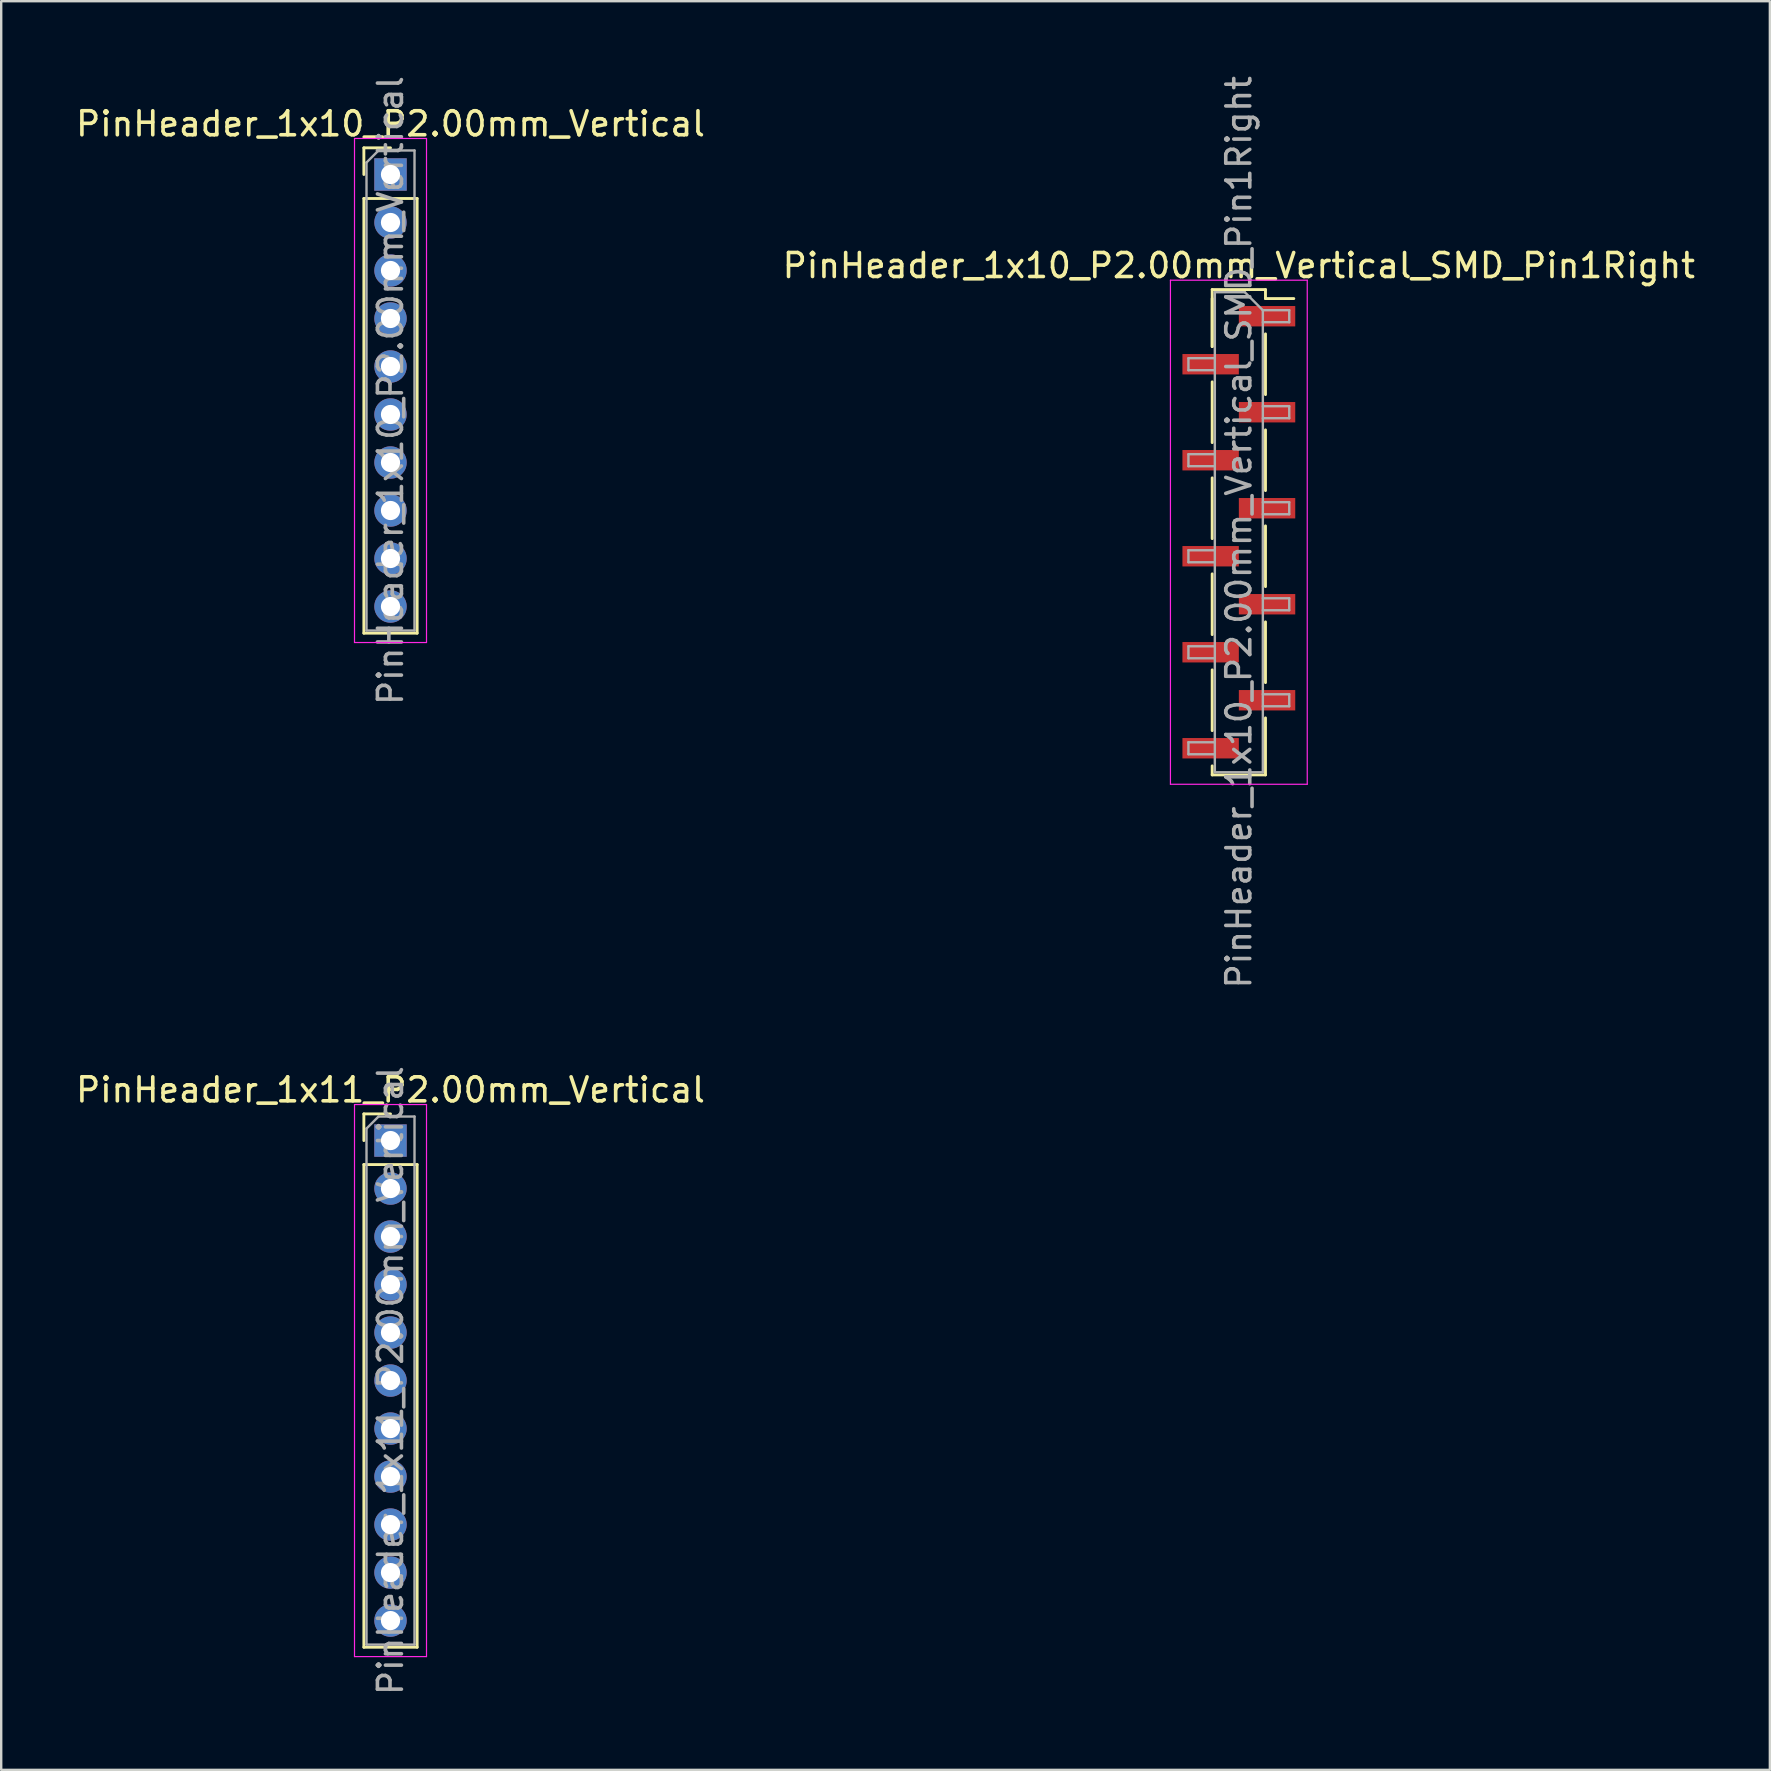
<source format=kicad_pcb>
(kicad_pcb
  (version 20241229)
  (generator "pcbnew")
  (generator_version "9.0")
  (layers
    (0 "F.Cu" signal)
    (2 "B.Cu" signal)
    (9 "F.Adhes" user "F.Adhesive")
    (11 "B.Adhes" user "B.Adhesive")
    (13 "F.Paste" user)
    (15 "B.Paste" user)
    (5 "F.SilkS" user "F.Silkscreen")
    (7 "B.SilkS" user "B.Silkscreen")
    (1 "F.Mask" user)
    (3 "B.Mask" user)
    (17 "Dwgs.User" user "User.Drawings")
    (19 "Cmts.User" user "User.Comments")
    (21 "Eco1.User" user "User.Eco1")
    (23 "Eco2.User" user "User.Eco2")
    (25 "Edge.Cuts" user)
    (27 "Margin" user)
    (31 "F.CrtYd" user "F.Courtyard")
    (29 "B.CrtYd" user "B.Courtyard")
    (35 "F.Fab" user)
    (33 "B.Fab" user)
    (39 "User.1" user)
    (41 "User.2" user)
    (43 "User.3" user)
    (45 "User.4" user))
  (footprint "PinHeader_1x11_P2.00mm_Vertical"
    (layer "F.Cu")
    (at 13.22 44.47)
    (property "Reference" "PinHeader_1x11_P2.00mm_Vertical" (at 0 -2.11 0) (layer "F.SilkS") (effects (font (size 1 1) (thickness 0.15))))
    (attr through_hole)
    (fp_line (start -1.11 -1.11) (end 0 -1.11) (stroke (width 0.12) (type solid)) (layer "F.SilkS"))
    (fp_line (start -1.11 0) (end -1.11 -1.11) (stroke (width 0.12) (type solid)) (layer "F.SilkS"))
    (fp_line (start -1.11 1) (end -1.11 21.11) (stroke (width 0.12) (type solid)) (layer "F.SilkS"))
    (fp_line (start -1.11 1) (end 1.11 1) (stroke (width 0.12) (type solid)) (layer "F.SilkS"))
    (fp_line (start -1.11 21.11) (end 1.11 21.11) (stroke (width 0.12) (type solid)) (layer "F.SilkS"))
    (fp_line (start 1.11 1) (end 1.11 21.11) (stroke (width 0.12) (type solid)) (layer "F.SilkS"))
    (fp_line (start -1.5 -1.5) (end -1.5 21.5) (stroke (width 0.05) (type solid)) (layer "F.CrtYd"))
    (fp_line (start -1.5 21.5) (end 1.5 21.5) (stroke (width 0.05) (type solid)) (layer "F.CrtYd"))
    (fp_line (start 1.5 -1.5) (end -1.5 -1.5) (stroke (width 0.05) (type solid)) (layer "F.CrtYd"))
    (fp_line (start 1.5 21.5) (end 1.5 -1.5) (stroke (width 0.05) (type solid)) (layer "F.CrtYd"))
    (fp_line (start -1 -0.5) (end -0.5 -1) (stroke (width 0.1) (type solid)) (layer "F.Fab"))
    (fp_line (start -1 21) (end -1 -0.5) (stroke (width 0.1) (type solid)) (layer "F.Fab"))
    (fp_line (start -0.5 -1) (end 1 -1) (stroke (width 0.1) (type solid)) (layer "F.Fab"))
    (fp_line (start 1 -1) (end 1 21) (stroke (width 0.1) (type solid)) (layer "F.Fab"))
    (fp_line (start 1 21) (end -1 21) (stroke (width 0.1) (type solid)) (layer "F.Fab"))
    (fp_text user "${REFERENCE}" (at 0 10 90) (layer "F.Fab") (effects (font (size 1 1) (thickness 0.15))))
    (pad "1" thru_hole rect (at 0 0) (size 1.35 1.35) (drill 0.8) (layers "*.Cu" "*.Mask"))
    (pad "2" thru_hole circle (at 0 2) (size 1.35 1.35) (drill 0.8) (layers "*.Cu" "*.Mask"))
    (pad "3" thru_hole circle (at 0 4) (size 1.35 1.35) (drill 0.8) (layers "*.Cu" "*.Mask"))
    (pad "4" thru_hole circle (at 0 6) (size 1.35 1.35) (drill 0.8) (layers "*.Cu" "*.Mask"))
    (pad "5" thru_hole circle (at 0 8) (size 1.35 1.35) (drill 0.8) (layers "*.Cu" "*.Mask"))
    (pad "6" thru_hole circle (at 0 10) (size 1.35 1.35) (drill 0.8) (layers "*.Cu" "*.Mask"))
    (pad "7" thru_hole circle (at 0 12) (size 1.35 1.35) (drill 0.8) (layers "*.Cu" "*.Mask"))
    (pad "8" thru_hole circle (at 0 14) (size 1.35 1.35) (drill 0.8) (layers "*.Cu" "*.Mask"))
    (pad "9" thru_hole circle (at 0 16) (size 1.35 1.35) (drill 0.8) (layers "*.Cu" "*.Mask"))
    (pad "10" thru_hole circle (at 0 18) (size 1.35 1.35) (drill 0.8) (layers "*.Cu" "*.Mask"))
    (pad "11" thru_hole circle (at 0 20) (size 1.35 1.35) (drill 0.8) (layers "*.Cu" "*.Mask")))
  (footprint "PinHeader_1x10_P2.00mm_Vertical_SMD_Pin1Right"
    (layer "F.Cu")
    (at 48.565 19.125)
    (property "Reference" "PinHeader_1x10_P2.00mm_Vertical_SMD_Pin1Right" (at 0 -11.11 0) (layer "F.SilkS") (effects (font (size 1 1) (thickness 0.15))))
    (attr smd)
    (fp_line (start -1.11 -10.11) (end -1.11 -7.735) (stroke (width 0.12) (type solid)) (layer "F.SilkS"))
    (fp_line (start -1.11 -10.11) (end 1.11 -10.11) (stroke (width 0.12) (type solid)) (layer "F.SilkS"))
    (fp_line (start -1.11 -9.735) (end -1.11 -7.735) (stroke (width 0.12) (type solid)) (layer "F.SilkS"))
    (fp_line (start -1.11 -6.265) (end -1.11 -3.735) (stroke (width 0.12) (type solid)) (layer "F.SilkS"))
    (fp_line (start -1.11 -2.265) (end -1.11 0.265) (stroke (width 0.12) (type solid)) (layer "F.SilkS"))
    (fp_line (start -1.11 1.735) (end -1.11 4.265) (stroke (width 0.12) (type solid)) (layer "F.SilkS"))
    (fp_line (start -1.11 5.735) (end -1.11 8.265) (stroke (width 0.12) (type solid)) (layer "F.SilkS"))
    (fp_line (start -1.11 9.735) (end -1.11 10.11) (stroke (width 0.12) (type solid)) (layer "F.SilkS"))
    (fp_line (start -1.11 10.11) (end 1.11 10.11) (stroke (width 0.12) (type solid)) (layer "F.SilkS"))
    (fp_line (start 1.11 -10.11) (end 1.11 -9.735) (stroke (width 0.12) (type solid)) (layer "F.SilkS"))
    (fp_line (start 1.11 -9.735) (end 2.29 -9.735) (stroke (width 0.12) (type solid)) (layer "F.SilkS"))
    (fp_line (start 1.11 -8.265) (end 1.11 -5.735) (stroke (width 0.12) (type solid)) (layer "F.SilkS"))
    (fp_line (start 1.11 -4.265) (end 1.11 -1.735) (stroke (width 0.12) (type solid)) (layer "F.SilkS"))
    (fp_line (start 1.11 -0.265) (end 1.11 2.265) (stroke (width 0.12) (type solid)) (layer "F.SilkS"))
    (fp_line (start 1.11 3.735) (end 1.11 6.265) (stroke (width 0.12) (type solid)) (layer "F.SilkS"))
    (fp_line (start 1.11 7.735) (end 1.11 10.11) (stroke (width 0.12) (type solid)) (layer "F.SilkS"))
    (fp_line (start -2.85 -10.5) (end -2.85 10.5) (stroke (width 0.05) (type solid)) (layer "F.CrtYd"))
    (fp_line (start -2.85 10.5) (end 2.85 10.5) (stroke (width 0.05) (type solid)) (layer "F.CrtYd"))
    (fp_line (start 2.85 -10.5) (end -2.85 -10.5) (stroke (width 0.05) (type solid)) (layer "F.CrtYd"))
    (fp_line (start 2.85 10.5) (end 2.85 -10.5) (stroke (width 0.05) (type solid)) (layer "F.CrtYd"))
    (fp_line (start -2.1 -7.25) (end -2.1 -6.75) (stroke (width 0.1) (type solid)) (layer "F.Fab"))
    (fp_line (start -2.1 -6.75) (end -1 -6.75) (stroke (width 0.1) (type solid)) (layer "F.Fab"))
    (fp_line (start -2.1 -3.25) (end -2.1 -2.75) (stroke (width 0.1) (type solid)) (layer "F.Fab"))
    (fp_line (start -2.1 -2.75) (end -1 -2.75) (stroke (width 0.1) (type solid)) (layer "F.Fab"))
    (fp_line (start -2.1 0.75) (end -2.1 1.25) (stroke (width 0.1) (type solid)) (layer "F.Fab"))
    (fp_line (start -2.1 1.25) (end -1 1.25) (stroke (width 0.1) (type solid)) (layer "F.Fab"))
    (fp_line (start -2.1 4.75) (end -2.1 5.25) (stroke (width 0.1) (type solid)) (layer "F.Fab"))
    (fp_line (start -2.1 5.25) (end -1 5.25) (stroke (width 0.1) (type solid)) (layer "F.Fab"))
    (fp_line (start -2.1 8.75) (end -2.1 9.25) (stroke (width 0.1) (type solid)) (layer "F.Fab"))
    (fp_line (start -2.1 9.25) (end -1 9.25) (stroke (width 0.1) (type solid)) (layer "F.Fab"))
    (fp_line (start -1 -10) (end -1 10) (stroke (width 0.1) (type solid)) (layer "F.Fab"))
    (fp_line (start -1 -10) (end 0.25 -10) (stroke (width 0.1) (type solid)) (layer "F.Fab"))
    (fp_line (start -1 -7.25) (end -2.1 -7.25) (stroke (width 0.1) (type solid)) (layer "F.Fab"))
    (fp_line (start -1 -3.25) (end -2.1 -3.25) (stroke (width 0.1) (type solid)) (layer "F.Fab"))
    (fp_line (start -1 0.75) (end -2.1 0.75) (stroke (width 0.1) (type solid)) (layer "F.Fab"))
    (fp_line (start -1 4.75) (end -2.1 4.75) (stroke (width 0.1) (type solid)) (layer "F.Fab"))
    (fp_line (start -1 8.75) (end -2.1 8.75) (stroke (width 0.1) (type solid)) (layer "F.Fab"))
    (fp_line (start 1 -9.25) (end 0.25 -10) (stroke (width 0.1) (type solid)) (layer "F.Fab"))
    (fp_line (start 1 -9.25) (end 2.1 -9.25) (stroke (width 0.1) (type solid)) (layer "F.Fab"))
    (fp_line (start 1 -5.25) (end 2.1 -5.25) (stroke (width 0.1) (type solid)) (layer "F.Fab"))
    (fp_line (start 1 -1.25) (end 2.1 -1.25) (stroke (width 0.1) (type solid)) (layer "F.Fab"))
    (fp_line (start 1 2.75) (end 2.1 2.75) (stroke (width 0.1) (type solid)) (layer "F.Fab"))
    (fp_line (start 1 6.75) (end 2.1 6.75) (stroke (width 0.1) (type solid)) (layer "F.Fab"))
    (fp_line (start 1 10) (end -1 10) (stroke (width 0.1) (type solid)) (layer "F.Fab"))
    (fp_line (start 1 10) (end 1 -9.25) (stroke (width 0.1) (type solid)) (layer "F.Fab"))
    (fp_line (start 2.1 -9.25) (end 2.1 -8.75) (stroke (width 0.1) (type solid)) (layer "F.Fab"))
    (fp_line (start 2.1 -8.75) (end 1 -8.75) (stroke (width 0.1) (type solid)) (layer "F.Fab"))
    (fp_line (start 2.1 -5.25) (end 2.1 -4.75) (stroke (width 0.1) (type solid)) (layer "F.Fab"))
    (fp_line (start 2.1 -4.75) (end 1 -4.75) (stroke (width 0.1) (type solid)) (layer "F.Fab"))
    (fp_line (start 2.1 -1.25) (end 2.1 -0.75) (stroke (width 0.1) (type solid)) (layer "F.Fab"))
    (fp_line (start 2.1 -0.75) (end 1 -0.75) (stroke (width 0.1) (type solid)) (layer "F.Fab"))
    (fp_line (start 2.1 2.75) (end 2.1 3.25) (stroke (width 0.1) (type solid)) (layer "F.Fab"))
    (fp_line (start 2.1 3.25) (end 1 3.25) (stroke (width 0.1) (type solid)) (layer "F.Fab"))
    (fp_line (start 2.1 6.75) (end 2.1 7.25) (stroke (width 0.1) (type solid)) (layer "F.Fab"))
    (fp_line (start 2.1 7.25) (end 1 7.25) (stroke (width 0.1) (type solid)) (layer "F.Fab"))
    (fp_text user "${REFERENCE}" (at 0 0 90) (layer "F.Fab") (effects (font (size 1 1) (thickness 0.15))))
    (pad "1" smd rect (at 1.175 -9) (size 2.35 0.85) (layers "F.Cu" "F.Mask" "F.Paste"))
    (pad "2" smd rect (at -1.175 -7) (size 2.35 0.85) (layers "F.Cu" "F.Mask" "F.Paste"))
    (pad "3" smd rect (at 1.175 -5) (size 2.35 0.85) (layers "F.Cu" "F.Mask" "F.Paste"))
    (pad "4" smd rect (at -1.175 -3) (size 2.35 0.85) (layers "F.Cu" "F.Mask" "F.Paste"))
    (pad "5" smd rect (at 1.175 -1) (size 2.35 0.85) (layers "F.Cu" "F.Mask" "F.Paste"))
    (pad "6" smd rect (at -1.175 1) (size 2.35 0.85) (layers "F.Cu" "F.Mask" "F.Paste"))
    (pad "7" smd rect (at 1.175 3) (size 2.35 0.85) (layers "F.Cu" "F.Mask" "F.Paste"))
    (pad "8" smd rect (at -1.175 5) (size 2.35 0.85) (layers "F.Cu" "F.Mask" "F.Paste"))
    (pad "9" smd rect (at 1.175 7) (size 2.35 0.85) (layers "F.Cu" "F.Mask" "F.Paste"))
    (pad "10" smd rect (at -1.175 9) (size 2.35 0.85) (layers "F.Cu" "F.Mask" "F.Paste")))
  (footprint "PinHeader_1x10_P2.00mm_Vertical"
    (layer "F.Cu")
    (at 13.22 4.22)
    (property "Reference" "PinHeader_1x10_P2.00mm_Vertical" (at 0 -2.11 0) (layer "F.SilkS") (effects (font (size 1 1) (thickness 0.15))))
    (attr through_hole)
    (fp_line (start -1.11 -1.11) (end 0 -1.11) (stroke (width 0.12) (type solid)) (layer "F.SilkS"))
    (fp_line (start -1.11 0) (end -1.11 -1.11) (stroke (width 0.12) (type solid)) (layer "F.SilkS"))
    (fp_line (start -1.11 1) (end -1.11 19.11) (stroke (width 0.12) (type solid)) (layer "F.SilkS"))
    (fp_line (start -1.11 1) (end 1.11 1) (stroke (width 0.12) (type solid)) (layer "F.SilkS"))
    (fp_line (start -1.11 19.11) (end 1.11 19.11) (stroke (width 0.12) (type solid)) (layer "F.SilkS"))
    (fp_line (start 1.11 1) (end 1.11 19.11) (stroke (width 0.12) (type solid)) (layer "F.SilkS"))
    (fp_line (start -1.5 -1.5) (end -1.5 19.5) (stroke (width 0.05) (type solid)) (layer "F.CrtYd"))
    (fp_line (start -1.5 19.5) (end 1.5 19.5) (stroke (width 0.05) (type solid)) (layer "F.CrtYd"))
    (fp_line (start 1.5 -1.5) (end -1.5 -1.5) (stroke (width 0.05) (type solid)) (layer "F.CrtYd"))
    (fp_line (start 1.5 19.5) (end 1.5 -1.5) (stroke (width 0.05) (type solid)) (layer "F.CrtYd"))
    (fp_line (start -1 -0.5) (end -0.5 -1) (stroke (width 0.1) (type solid)) (layer "F.Fab"))
    (fp_line (start -1 19) (end -1 -0.5) (stroke (width 0.1) (type solid)) (layer "F.Fab"))
    (fp_line (start -0.5 -1) (end 1 -1) (stroke (width 0.1) (type solid)) (layer "F.Fab"))
    (fp_line (start 1 -1) (end 1 19) (stroke (width 0.1) (type solid)) (layer "F.Fab"))
    (fp_line (start 1 19) (end -1 19) (stroke (width 0.1) (type solid)) (layer "F.Fab"))
    (fp_text user "${REFERENCE}" (at 0 9 90) (layer "F.Fab") (effects (font (size 1 1) (thickness 0.15))))
    (pad "1" thru_hole rect (at 0 0) (size 1.35 1.35) (drill 0.8) (layers "*.Cu" "*.Mask"))
    (pad "2" thru_hole circle (at 0 2) (size 1.35 1.35) (drill 0.8) (layers "*.Cu" "*.Mask"))
    (pad "3" thru_hole circle (at 0 4) (size 1.35 1.35) (drill 0.8) (layers "*.Cu" "*.Mask"))
    (pad "4" thru_hole circle (at 0 6) (size 1.35 1.35) (drill 0.8) (layers "*.Cu" "*.Mask"))
    (pad "5" thru_hole circle (at 0 8) (size 1.35 1.35) (drill 0.8) (layers "*.Cu" "*.Mask"))
    (pad "6" thru_hole circle (at 0 10) (size 1.35 1.35) (drill 0.8) (layers "*.Cu" "*.Mask"))
    (pad "7" thru_hole circle (at 0 12) (size 1.35 1.35) (drill 0.8) (layers "*.Cu" "*.Mask"))
    (pad "8" thru_hole circle (at 0 14) (size 1.35 1.35) (drill 0.8) (layers "*.Cu" "*.Mask"))
    (pad "9" thru_hole circle (at 0 16) (size 1.35 1.35) (drill 0.8) (layers "*.Cu" "*.Mask"))
    (pad "10" thru_hole circle (at 0 18) (size 1.35 1.35) (drill 0.8) (layers "*.Cu" "*.Mask")))
  (gr_rect
    (start -3 -3)
    (end 70.69 70.69)
    (stroke (width 0.1) (type default))
    (fill no)
    (layer "Edge.Cuts")))
</source>
